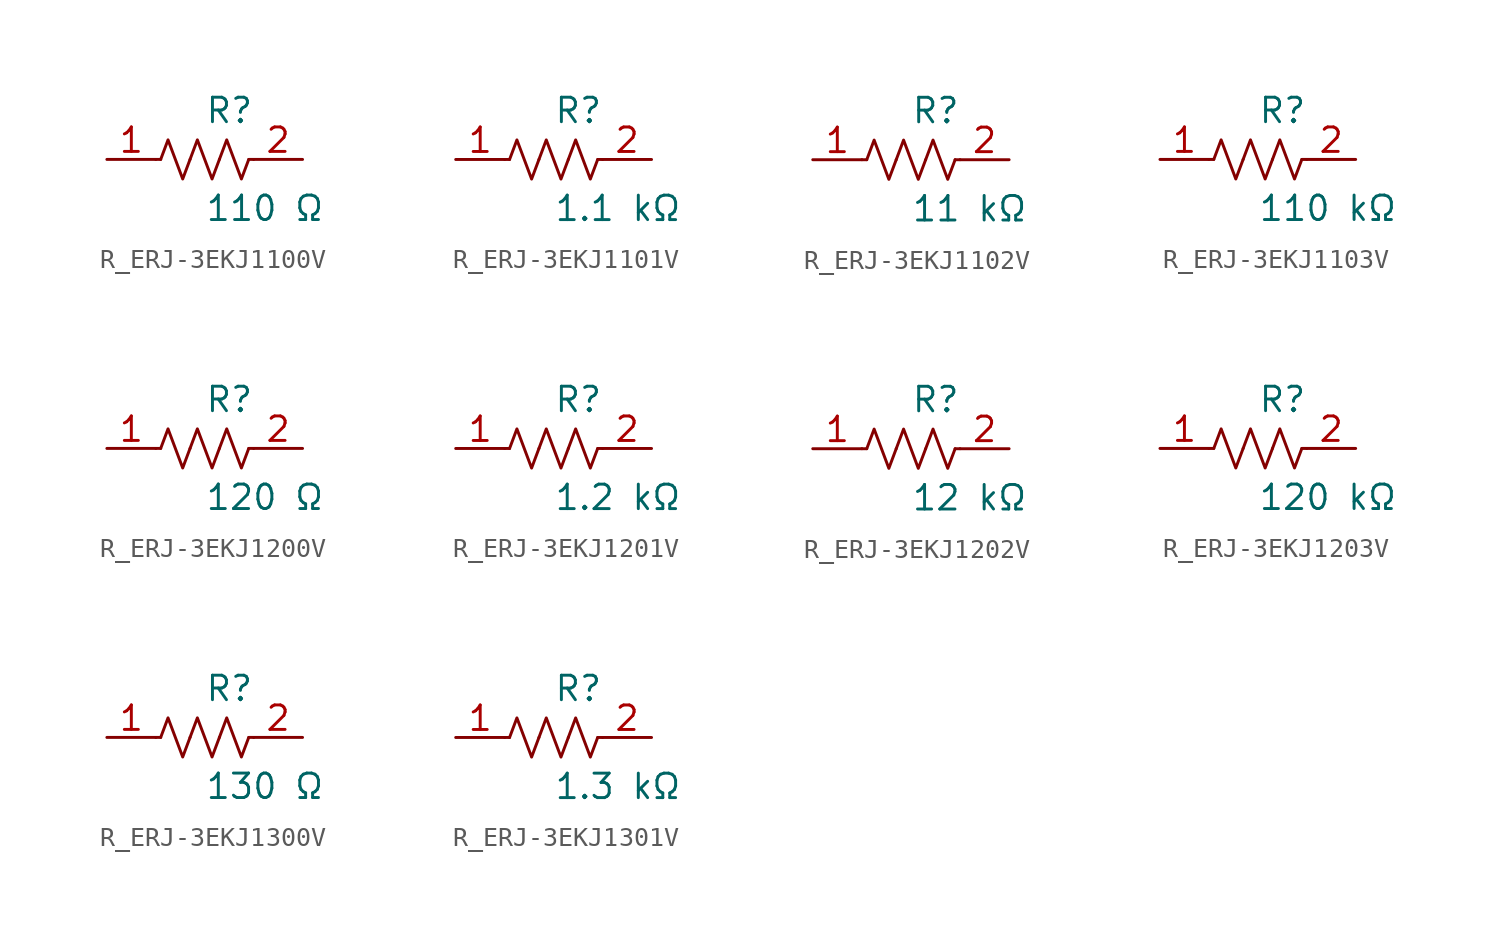
<source format=kicad_sym>
(kicad_symbol_lib
  (version 20231120)
  (generator kicad_symbol_editor)
  (generator_version 8.0)
  (symbol "R_ERJ-3EKJ1100V"
    (pin_names
      (offset 0.254))
    (property "Reference" "R"
      (at 0.0 2.54 0)
      (effects (font (size 1.27 1.27)) (justify left)))
    (property "Value" "110 Ω"
      (at 0.0 -2.54 0)
      (effects (font (size 1.27 1.27)) (justify left)))
    (symbol "R_ERJ-3EKJ1100V_0_1"
      (polyline (pts (xy 2.286 0) (xy 2.54 0)) (stroke (width 0) (type default)) (fill (type none)))
      (polyline (pts (xy -2.286 0) (xy -2.54 0)) (stroke (width 0) (type default)) (fill (type none)))
      (polyline (pts (xy 0.762 0) (xy 1.143 1.016) (xy 1.524 0) (xy 1.905 -1.016) (xy 2.286 0)) (stroke (width 0) (type default)) (fill (type none)))
      (polyline (pts (xy -0.762 0) (xy -0.381 1.016) (xy 0 0) (xy 0.381 -1.016) (xy 0.762 0)) (stroke (width 0) (type default)) (fill (type none)))
      (polyline (pts (xy -2.286 0) (xy -1.905 1.016) (xy -1.524 0) (xy -1.143 -1.016) (xy -0.762 0)) (stroke (width 0) (type default)) (fill (type none))))
    (pin unspecified line
      (at -5.08 0 0)
      (length 2.54)
      (name "" (effects (font (size 1.27 1.27))))
      (number "1" (effects (font (size 1.27 1.27)))))
    (pin unspecified line
      (at 5.08 0 180)
      (length 2.54)
      (name "" (effects (font (size 1.27 1.27))))
      (number "2" (effects (font (size 1.27 1.27))))))
  (symbol "R_ERJ-3EKJ1101V"
    (pin_names
      (offset 0.254))
    (property "Reference" "R"
      (at 0.0 2.54 0)
      (effects (font (size 1.27 1.27)) (justify left)))
    (property "Value" "1.1 kΩ"
      (at 0.0 -2.54 0)
      (effects (font (size 1.27 1.27)) (justify left)))
    (symbol "R_ERJ-3EKJ1101V_0_1"
      (polyline (pts (xy 2.286 0) (xy 2.54 0)) (stroke (width 0) (type default)) (fill (type none)))
      (polyline (pts (xy -2.286 0) (xy -2.54 0)) (stroke (width 0) (type default)) (fill (type none)))
      (polyline (pts (xy 0.762 0) (xy 1.143 1.016) (xy 1.524 0) (xy 1.905 -1.016) (xy 2.286 0)) (stroke (width 0) (type default)) (fill (type none)))
      (polyline (pts (xy -0.762 0) (xy -0.381 1.016) (xy 0 0) (xy 0.381 -1.016) (xy 0.762 0)) (stroke (width 0) (type default)) (fill (type none)))
      (polyline (pts (xy -2.286 0) (xy -1.905 1.016) (xy -1.524 0) (xy -1.143 -1.016) (xy -0.762 0)) (stroke (width 0) (type default)) (fill (type none))))
    (pin unspecified line
      (at -5.08 0 0)
      (length 2.54)
      (name "" (effects (font (size 1.27 1.27))))
      (number "1" (effects (font (size 1.27 1.27)))))
    (pin unspecified line
      (at 5.08 0 180)
      (length 2.54)
      (name "" (effects (font (size 1.27 1.27))))
      (number "2" (effects (font (size 1.27 1.27))))))
  (symbol "R_ERJ-3EKJ1102V"
    (pin_names
      (offset 0.254))
    (property "Reference" "R"
      (at 0.0 2.54 0)
      (effects (font (size 1.27 1.27)) (justify left)))
    (property "Value" "11 kΩ"
      (at 0.0 -2.54 0)
      (effects (font (size 1.27 1.27)) (justify left)))
    (symbol "R_ERJ-3EKJ1102V_0_1"
      (polyline (pts (xy 2.286 0) (xy 2.54 0)) (stroke (width 0) (type default)) (fill (type none)))
      (polyline (pts (xy -2.286 0) (xy -2.54 0)) (stroke (width 0) (type default)) (fill (type none)))
      (polyline (pts (xy 0.762 0) (xy 1.143 1.016) (xy 1.524 0) (xy 1.905 -1.016) (xy 2.286 0)) (stroke (width 0) (type default)) (fill (type none)))
      (polyline (pts (xy -0.762 0) (xy -0.381 1.016) (xy 0 0) (xy 0.381 -1.016) (xy 0.762 0)) (stroke (width 0) (type default)) (fill (type none)))
      (polyline (pts (xy -2.286 0) (xy -1.905 1.016) (xy -1.524 0) (xy -1.143 -1.016) (xy -0.762 0)) (stroke (width 0) (type default)) (fill (type none))))
    (pin unspecified line
      (at -5.08 0 0)
      (length 2.54)
      (name "" (effects (font (size 1.27 1.27))))
      (number "1" (effects (font (size 1.27 1.27)))))
    (pin unspecified line
      (at 5.08 0 180)
      (length 2.54)
      (name "" (effects (font (size 1.27 1.27))))
      (number "2" (effects (font (size 1.27 1.27))))))
  (symbol "R_ERJ-3EKJ1103V"
    (pin_names
      (offset 0.254))
    (property "Reference" "R"
      (at 0.0 2.54 0)
      (effects (font (size 1.27 1.27)) (justify left)))
    (property "Value" "110 kΩ"
      (at 0.0 -2.54 0)
      (effects (font (size 1.27 1.27)) (justify left)))
    (symbol "R_ERJ-3EKJ1103V_0_1"
      (polyline (pts (xy 2.286 0) (xy 2.54 0)) (stroke (width 0) (type default)) (fill (type none)))
      (polyline (pts (xy -2.286 0) (xy -2.54 0)) (stroke (width 0) (type default)) (fill (type none)))
      (polyline (pts (xy 0.762 0) (xy 1.143 1.016) (xy 1.524 0) (xy 1.905 -1.016) (xy 2.286 0)) (stroke (width 0) (type default)) (fill (type none)))
      (polyline (pts (xy -0.762 0) (xy -0.381 1.016) (xy 0 0) (xy 0.381 -1.016) (xy 0.762 0)) (stroke (width 0) (type default)) (fill (type none)))
      (polyline (pts (xy -2.286 0) (xy -1.905 1.016) (xy -1.524 0) (xy -1.143 -1.016) (xy -0.762 0)) (stroke (width 0) (type default)) (fill (type none))))
    (pin unspecified line
      (at -5.08 0 0)
      (length 2.54)
      (name "" (effects (font (size 1.27 1.27))))
      (number "1" (effects (font (size 1.27 1.27)))))
    (pin unspecified line
      (at 5.08 0 180)
      (length 2.54)
      (name "" (effects (font (size 1.27 1.27))))
      (number "2" (effects (font (size 1.27 1.27))))))
  (symbol "R_ERJ-3EKJ1200V"
    (pin_names
      (offset 0.254))
    (property "Reference" "R"
      (at 0.0 2.54 0)
      (effects (font (size 1.27 1.27)) (justify left)))
    (property "Value" "120 Ω"
      (at 0.0 -2.54 0)
      (effects (font (size 1.27 1.27)) (justify left)))
    (symbol "R_ERJ-3EKJ1200V_0_1"
      (polyline (pts (xy 2.286 0) (xy 2.54 0)) (stroke (width 0) (type default)) (fill (type none)))
      (polyline (pts (xy -2.286 0) (xy -2.54 0)) (stroke (width 0) (type default)) (fill (type none)))
      (polyline (pts (xy 0.762 0) (xy 1.143 1.016) (xy 1.524 0) (xy 1.905 -1.016) (xy 2.286 0)) (stroke (width 0) (type default)) (fill (type none)))
      (polyline (pts (xy -0.762 0) (xy -0.381 1.016) (xy 0 0) (xy 0.381 -1.016) (xy 0.762 0)) (stroke (width 0) (type default)) (fill (type none)))
      (polyline (pts (xy -2.286 0) (xy -1.905 1.016) (xy -1.524 0) (xy -1.143 -1.016) (xy -0.762 0)) (stroke (width 0) (type default)) (fill (type none))))
    (pin unspecified line
      (at -5.08 0 0)
      (length 2.54)
      (name "" (effects (font (size 1.27 1.27))))
      (number "1" (effects (font (size 1.27 1.27)))))
    (pin unspecified line
      (at 5.08 0 180)
      (length 2.54)
      (name "" (effects (font (size 1.27 1.27))))
      (number "2" (effects (font (size 1.27 1.27))))))
  (symbol "R_ERJ-3EKJ1201V"
    (pin_names
      (offset 0.254))
    (property "Reference" "R"
      (at 0.0 2.54 0)
      (effects (font (size 1.27 1.27)) (justify left)))
    (property "Value" "1.2 kΩ"
      (at 0.0 -2.54 0)
      (effects (font (size 1.27 1.27)) (justify left)))
    (symbol "R_ERJ-3EKJ1201V_0_1"
      (polyline (pts (xy 2.286 0) (xy 2.54 0)) (stroke (width 0) (type default)) (fill (type none)))
      (polyline (pts (xy -2.286 0) (xy -2.54 0)) (stroke (width 0) (type default)) (fill (type none)))
      (polyline (pts (xy 0.762 0) (xy 1.143 1.016) (xy 1.524 0) (xy 1.905 -1.016) (xy 2.286 0)) (stroke (width 0) (type default)) (fill (type none)))
      (polyline (pts (xy -0.762 0) (xy -0.381 1.016) (xy 0 0) (xy 0.381 -1.016) (xy 0.762 0)) (stroke (width 0) (type default)) (fill (type none)))
      (polyline (pts (xy -2.286 0) (xy -1.905 1.016) (xy -1.524 0) (xy -1.143 -1.016) (xy -0.762 0)) (stroke (width 0) (type default)) (fill (type none))))
    (pin unspecified line
      (at -5.08 0 0)
      (length 2.54)
      (name "" (effects (font (size 1.27 1.27))))
      (number "1" (effects (font (size 1.27 1.27)))))
    (pin unspecified line
      (at 5.08 0 180)
      (length 2.54)
      (name "" (effects (font (size 1.27 1.27))))
      (number "2" (effects (font (size 1.27 1.27))))))
  (symbol "R_ERJ-3EKJ1202V"
    (pin_names
      (offset 0.254))
    (property "Reference" "R"
      (at 0.0 2.54 0)
      (effects (font (size 1.27 1.27)) (justify left)))
    (property "Value" "12 kΩ"
      (at 0.0 -2.54 0)
      (effects (font (size 1.27 1.27)) (justify left)))
    (symbol "R_ERJ-3EKJ1202V_0_1"
      (polyline (pts (xy 2.286 0) (xy 2.54 0)) (stroke (width 0) (type default)) (fill (type none)))
      (polyline (pts (xy -2.286 0) (xy -2.54 0)) (stroke (width 0) (type default)) (fill (type none)))
      (polyline (pts (xy 0.762 0) (xy 1.143 1.016) (xy 1.524 0) (xy 1.905 -1.016) (xy 2.286 0)) (stroke (width 0) (type default)) (fill (type none)))
      (polyline (pts (xy -0.762 0) (xy -0.381 1.016) (xy 0 0) (xy 0.381 -1.016) (xy 0.762 0)) (stroke (width 0) (type default)) (fill (type none)))
      (polyline (pts (xy -2.286 0) (xy -1.905 1.016) (xy -1.524 0) (xy -1.143 -1.016) (xy -0.762 0)) (stroke (width 0) (type default)) (fill (type none))))
    (pin unspecified line
      (at -5.08 0 0)
      (length 2.54)
      (name "" (effects (font (size 1.27 1.27))))
      (number "1" (effects (font (size 1.27 1.27)))))
    (pin unspecified line
      (at 5.08 0 180)
      (length 2.54)
      (name "" (effects (font (size 1.27 1.27))))
      (number "2" (effects (font (size 1.27 1.27))))))
  (symbol "R_ERJ-3EKJ1203V"
    (pin_names
      (offset 0.254))
    (property "Reference" "R"
      (at 0.0 2.54 0)
      (effects (font (size 1.27 1.27)) (justify left)))
    (property "Value" "120 kΩ"
      (at 0.0 -2.54 0)
      (effects (font (size 1.27 1.27)) (justify left)))
    (symbol "R_ERJ-3EKJ1203V_0_1"
      (polyline (pts (xy 2.286 0) (xy 2.54 0)) (stroke (width 0) (type default)) (fill (type none)))
      (polyline (pts (xy -2.286 0) (xy -2.54 0)) (stroke (width 0) (type default)) (fill (type none)))
      (polyline (pts (xy 0.762 0) (xy 1.143 1.016) (xy 1.524 0) (xy 1.905 -1.016) (xy 2.286 0)) (stroke (width 0) (type default)) (fill (type none)))
      (polyline (pts (xy -0.762 0) (xy -0.381 1.016) (xy 0 0) (xy 0.381 -1.016) (xy 0.762 0)) (stroke (width 0) (type default)) (fill (type none)))
      (polyline (pts (xy -2.286 0) (xy -1.905 1.016) (xy -1.524 0) (xy -1.143 -1.016) (xy -0.762 0)) (stroke (width 0) (type default)) (fill (type none))))
    (pin unspecified line
      (at -5.08 0 0)
      (length 2.54)
      (name "" (effects (font (size 1.27 1.27))))
      (number "1" (effects (font (size 1.27 1.27)))))
    (pin unspecified line
      (at 5.08 0 180)
      (length 2.54)
      (name "" (effects (font (size 1.27 1.27))))
      (number "2" (effects (font (size 1.27 1.27))))))
  (symbol "R_ERJ-3EKJ1300V"
    (pin_names
      (offset 0.254))
    (property "Reference" "R"
      (at 0.0 2.54 0)
      (effects (font (size 1.27 1.27)) (justify left)))
    (property "Value" "130 Ω"
      (at 0.0 -2.54 0)
      (effects (font (size 1.27 1.27)) (justify left)))
    (symbol "R_ERJ-3EKJ1300V_0_1"
      (polyline (pts (xy 2.286 0) (xy 2.54 0)) (stroke (width 0) (type default)) (fill (type none)))
      (polyline (pts (xy -2.286 0) (xy -2.54 0)) (stroke (width 0) (type default)) (fill (type none)))
      (polyline (pts (xy 0.762 0) (xy 1.143 1.016) (xy 1.524 0) (xy 1.905 -1.016) (xy 2.286 0)) (stroke (width 0) (type default)) (fill (type none)))
      (polyline (pts (xy -0.762 0) (xy -0.381 1.016) (xy 0 0) (xy 0.381 -1.016) (xy 0.762 0)) (stroke (width 0) (type default)) (fill (type none)))
      (polyline (pts (xy -2.286 0) (xy -1.905 1.016) (xy -1.524 0) (xy -1.143 -1.016) (xy -0.762 0)) (stroke (width 0) (type default)) (fill (type none))))
    (pin unspecified line
      (at -5.08 0 0)
      (length 2.54)
      (name "" (effects (font (size 1.27 1.27))))
      (number "1" (effects (font (size 1.27 1.27)))))
    (pin unspecified line
      (at 5.08 0 180)
      (length 2.54)
      (name "" (effects (font (size 1.27 1.27))))
      (number "2" (effects (font (size 1.27 1.27))))))
  (symbol "R_ERJ-3EKJ1301V"
    (pin_names
      (offset 0.254))
    (property "Reference" "R"
      (at 0.0 2.54 0)
      (effects (font (size 1.27 1.27)) (justify left)))
    (property "Value" "1.3 kΩ"
      (at 0.0 -2.54 0)
      (effects (font (size 1.27 1.27)) (justify left)))
    (symbol "R_ERJ-3EKJ1301V_0_1"
      (polyline (pts (xy 2.286 0) (xy 2.54 0)) (stroke (width 0) (type default)) (fill (type none)))
      (polyline (pts (xy -2.286 0) (xy -2.54 0)) (stroke (width 0) (type default)) (fill (type none)))
      (polyline (pts (xy 0.762 0) (xy 1.143 1.016) (xy 1.524 0) (xy 1.905 -1.016) (xy 2.286 0)) (stroke (width 0) (type default)) (fill (type none)))
      (polyline (pts (xy -0.762 0) (xy -0.381 1.016) (xy 0 0) (xy 0.381 -1.016) (xy 0.762 0)) (stroke (width 0) (type default)) (fill (type none)))
      (polyline (pts (xy -2.286 0) (xy -1.905 1.016) (xy -1.524 0) (xy -1.143 -1.016) (xy -0.762 0)) (stroke (width 0) (type default)) (fill (type none))))
    (pin unspecified line
      (at -5.08 0 0)
      (length 2.54)
      (name "" (effects (font (size 1.27 1.27))))
      (number "1" (effects (font (size 1.27 1.27)))))
    (pin unspecified line
      (at 5.08 0 180)
      (length 2.54)
      (name "" (effects (font (size 1.27 1.27))))
      (number "2" (effects (font (size 1.27 1.27)))))))
</source>
